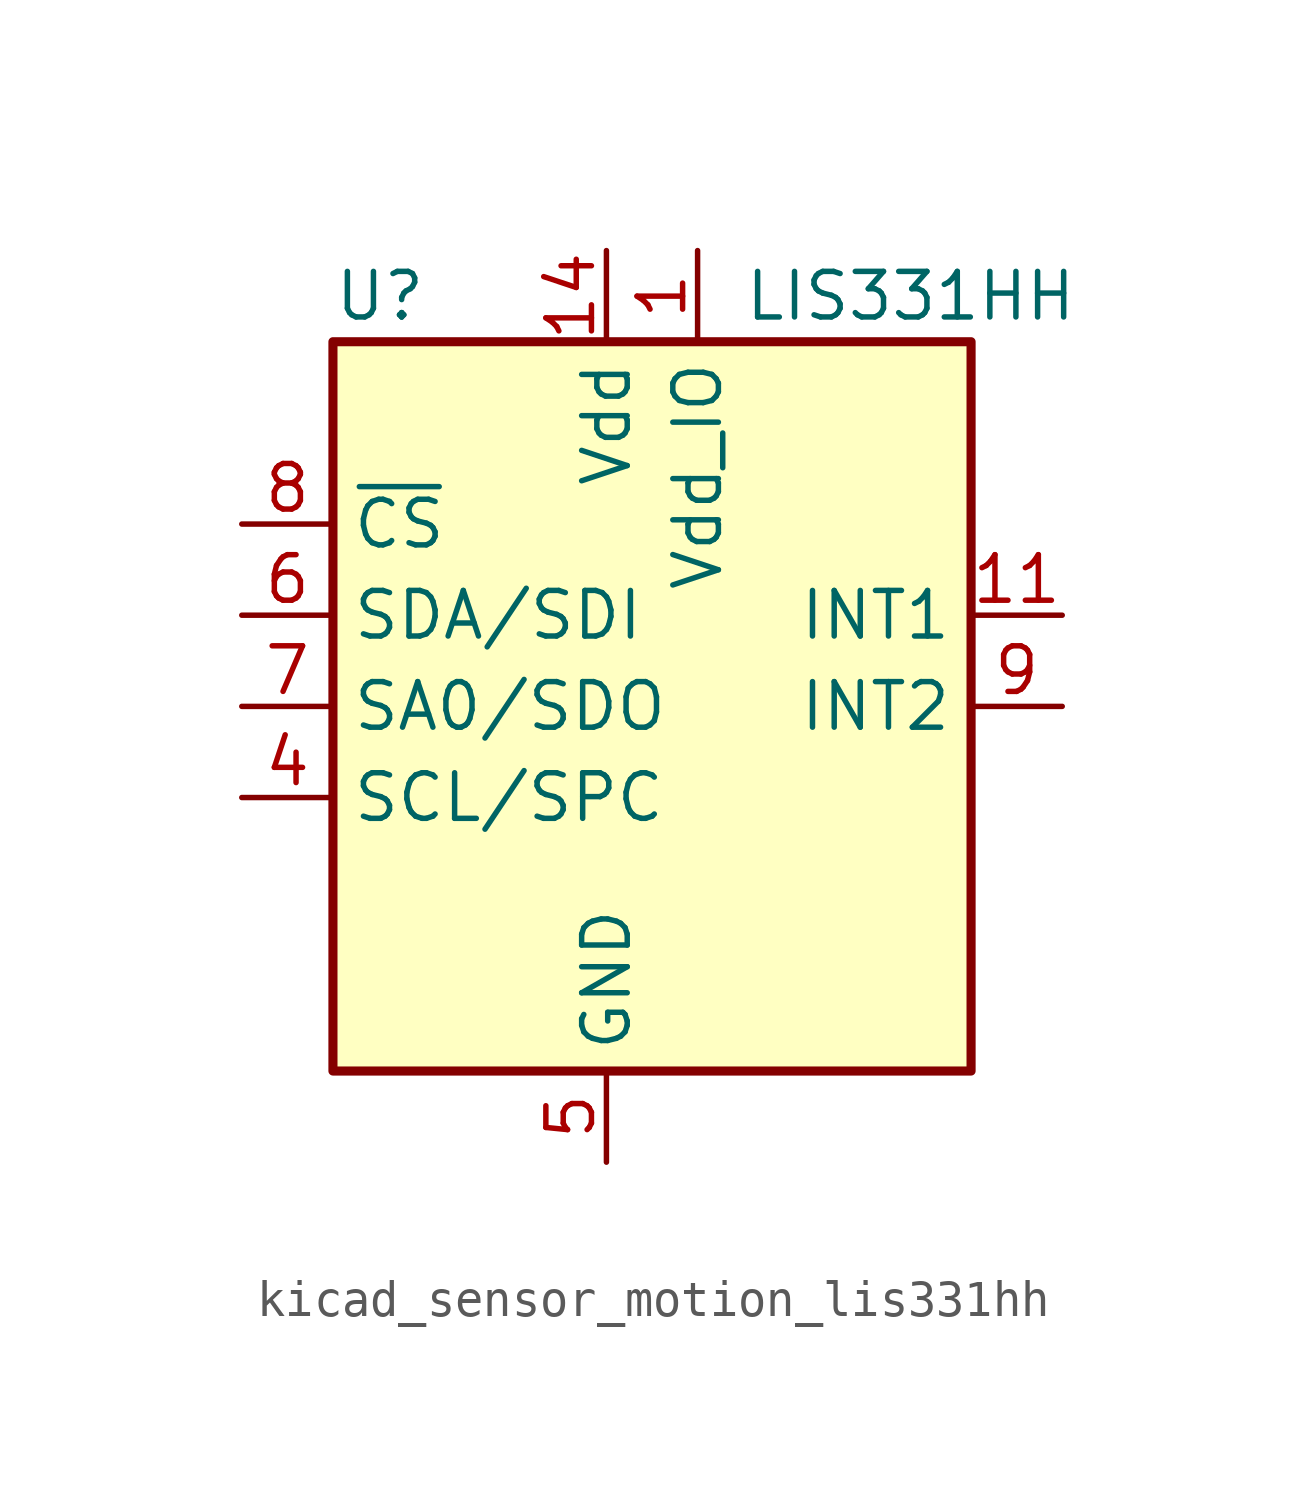
<source format=kicad_sym>
(kicad_symbol_lib
  (version 20220914)
  (generator kicad_symbol_editor)
  (symbol "kicad_sensor_motion_lis331hh"
    (property "Reference" "U"
      (at -7.62 11.43 0)
      (effects (font (size 1.27 1.27)) (justify left)))
    (property "Value" "LIS331HH"
      (at 3.81 11.43 0)
      (effects (font (size 1.27 1.27)) (justify left)))
    (symbol "kicad_sensor_motion_lis331hh_0_1"
      (rectangle (start -7.62 10.16) (end 10.16 -10.16) (stroke (width 0.254) (type default)) (fill (type background))))
    (symbol "kicad_sensor_motion_lis331hh_1_1"
      (pin power_in line (at 2.54 12.7 270) (length 2.54) (name "Vdd_IO" (effects (font (size 1.27 1.27)))) (number "1" (effects (font (size 1.27 1.27)))))
      (pin passive line (at 0 -12.7 90) (length 2.54) hide (name "GND" (effects (font (size 1.27 1.27)))) (number "10" (effects (font (size 1.27 1.27)))))
      (pin output line (at 12.7 2.54 180) (length 2.54) (name "INT1" (effects (font (size 1.27 1.27)))) (number "11" (effects (font (size 1.27 1.27)))))
      (pin passive line (at 0 -12.7 90) (length 2.54) hide (name "GND" (effects (font (size 1.27 1.27)))) (number "12" (effects (font (size 1.27 1.27)))))
      (pin passive line (at 0 -12.7 90) (length 2.54) hide (name "GND" (effects (font (size 1.27 1.27)))) (number "13" (effects (font (size 1.27 1.27)))))
      (pin power_in line (at 0 12.7 270) (length 2.54) (name "Vdd" (effects (font (size 1.27 1.27)))) (number "14" (effects (font (size 1.27 1.27)))))
      (pin passive line (at 0 12.7 270) (length 2.54) hide (name "Vdd" (effects (font (size 1.27 1.27)))) (number "15" (effects (font (size 1.27 1.27)))))
      (pin passive line (at 0 -12.7 90) (length 2.54) hide (name "GND" (effects (font (size 1.27 1.27)))) (number "16" (effects (font (size 1.27 1.27)))))
      (pin no_connect line (at 10.16 -2.54 180) (length 2.54) hide (name "NC" (effects (font (size 1.27 1.27)))) (number "2" (effects (font (size 1.27 1.27)))))
      (pin no_connect line (at 10.16 -5.08 180) (length 2.54) hide (name "NC" (effects (font (size 1.27 1.27)))) (number "3" (effects (font (size 1.27 1.27)))))
      (pin input line (at -10.16 -2.54 0) (length 2.54) (name "SCL/SPC" (effects (font (size 1.27 1.27)))) (number "4" (effects (font (size 1.27 1.27)))))
      (pin power_in line (at 0 -12.7 90) (length 2.54) (name "GND" (effects (font (size 1.27 1.27)))) (number "5" (effects (font (size 1.27 1.27)))))
      (pin bidirectional line (at -10.16 2.54 0) (length 2.54) (name "SDA/SDI" (effects (font (size 1.27 1.27)))) (number "6" (effects (font (size 1.27 1.27)))))
      (pin output line (at -10.16 0 0) (length 2.54) (name "SA0/SDO" (effects (font (size 1.27 1.27)))) (number "7" (effects (font (size 1.27 1.27)))))
      (pin input line (at -10.16 5.08 0) (length 2.54) (name "~{CS}" (effects (font (size 1.27 1.27)))) (number "8" (effects (font (size 1.27 1.27)))))
      (pin output line (at 12.7 0 180) (length 2.54) (name "INT2" (effects (font (size 1.27 1.27)))) (number "9" (effects (font (size 1.27 1.27))))))))
</source>
